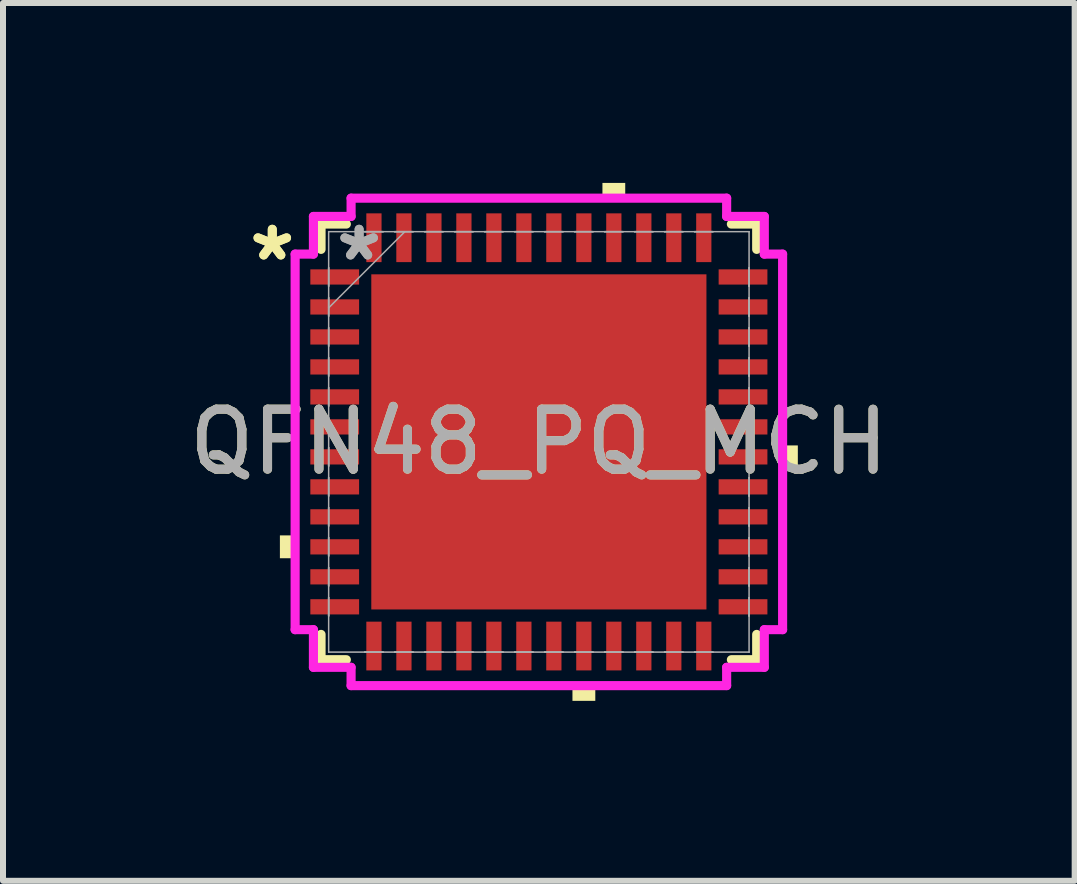
<source format=kicad_pcb>
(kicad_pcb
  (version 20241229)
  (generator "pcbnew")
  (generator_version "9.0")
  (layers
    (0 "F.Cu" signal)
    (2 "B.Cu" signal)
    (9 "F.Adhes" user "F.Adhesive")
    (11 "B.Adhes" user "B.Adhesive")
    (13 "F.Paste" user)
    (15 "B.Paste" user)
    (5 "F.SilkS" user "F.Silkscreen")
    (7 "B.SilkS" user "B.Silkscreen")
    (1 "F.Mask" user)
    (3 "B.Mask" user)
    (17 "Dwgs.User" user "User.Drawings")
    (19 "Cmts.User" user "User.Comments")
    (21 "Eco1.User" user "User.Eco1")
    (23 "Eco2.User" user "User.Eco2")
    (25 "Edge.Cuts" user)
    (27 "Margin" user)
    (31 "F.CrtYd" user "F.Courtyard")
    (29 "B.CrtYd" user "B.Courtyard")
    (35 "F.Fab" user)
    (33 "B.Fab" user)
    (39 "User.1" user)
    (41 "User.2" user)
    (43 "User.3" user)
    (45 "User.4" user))
  (footprint "QFN48_PQ_MCH"
    (layer "F.Cu")
    (at 5.935 4.318)
    (property "Reference" "QFN48_PQ_MCH" (at 0 0 0) (unlocked yes) (layer "F.SilkS") (effects (font (size 1 1) (thickness 0.15))))
    (attr smd)
    (fp_line (start -3.632 -3.632) (end -3.632 -3.21) (stroke (width 0.152) (type solid)) (layer "F.SilkS"))
    (fp_line (start -3.632 3.21) (end -3.632 3.632) (stroke (width 0.152) (type solid)) (layer "F.SilkS"))
    (fp_line (start -3.632 3.632) (end -3.21 3.632) (stroke (width 0.152) (type solid)) (layer "F.SilkS"))
    (fp_line (start -3.21 -3.632) (end -3.632 -3.632) (stroke (width 0.152) (type solid)) (layer "F.SilkS"))
    (fp_line (start 3.21 3.632) (end 3.632 3.632) (stroke (width 0.152) (type solid)) (layer "F.SilkS"))
    (fp_line (start 3.632 -3.632) (end 3.21 -3.632) (stroke (width 0.152) (type solid)) (layer "F.SilkS"))
    (fp_line (start 3.632 -3.21) (end 3.632 -3.632) (stroke (width 0.152) (type solid)) (layer "F.SilkS"))
    (fp_line (start 3.632 3.632) (end 3.632 3.21) (stroke (width 0.152) (type solid)) (layer "F.SilkS"))
    (fp_poly (pts (xy -4.318 1.559) (xy -4.318 1.94) (xy -4.064 1.94) (xy -4.064 1.559)) (stroke (width 0) (type solid)) (fill yes) (layer "F.SilkS"))
    (fp_poly (pts (xy 0.56 4.064) (xy 0.56 4.318) (xy 0.941 4.318) (xy 0.941 4.064)) (stroke (width 0) (type solid)) (fill yes) (layer "F.SilkS"))
    (fp_poly (pts (xy 1.06 -4.064) (xy 1.06 -4.318) (xy 1.44 -4.318) (xy 1.44 -4.064)) (stroke (width 0) (type solid)) (fill yes) (layer "F.SilkS"))
    (fp_poly (pts (xy 4.318 0.059) (xy 4.318 0.441) (xy 4.064 0.441) (xy 4.064 0.059)) (stroke (width 0) (type solid)) (fill yes) (layer "F.SilkS"))
    (fp_poly (pts (xy -2.694 -2.694) (xy -2.694 -1.497) (xy -1.497 -1.497) (xy -1.497 -2.694)) (stroke (width 0) (type solid)) (fill yes) (layer "F.Paste"))
    (fp_poly (pts (xy -2.694 -1.297) (xy -2.694 -0.1) (xy -1.497 -0.1) (xy -1.497 -1.297)) (stroke (width 0) (type solid)) (fill yes) (layer "F.Paste"))
    (fp_poly (pts (xy -2.694 0.1) (xy -2.694 1.297) (xy -1.497 1.297) (xy -1.497 0.1)) (stroke (width 0) (type solid)) (fill yes) (layer "F.Paste"))
    (fp_poly (pts (xy -2.694 1.497) (xy -2.694 2.694) (xy -1.497 2.694) (xy -1.497 1.497)) (stroke (width 0) (type solid)) (fill yes) (layer "F.Paste"))
    (fp_poly (pts (xy -1.297 -2.694) (xy -1.297 -1.497) (xy -0.1 -1.497) (xy -0.1 -2.694)) (stroke (width 0) (type solid)) (fill yes) (layer "F.Paste"))
    (fp_poly (pts (xy -1.297 -1.297) (xy -1.297 -0.1) (xy -0.1 -0.1) (xy -0.1 -1.297)) (stroke (width 0) (type solid)) (fill yes) (layer "F.Paste"))
    (fp_poly (pts (xy -1.297 0.1) (xy -1.297 1.297) (xy -0.1 1.297) (xy -0.1 0.1)) (stroke (width 0) (type solid)) (fill yes) (layer "F.Paste"))
    (fp_poly (pts (xy -1.297 1.497) (xy -1.297 2.694) (xy -0.1 2.694) (xy -0.1 1.497)) (stroke (width 0) (type solid)) (fill yes) (layer "F.Paste"))
    (fp_poly (pts (xy 0.1 -2.694) (xy 0.1 -1.497) (xy 1.297 -1.497) (xy 1.297 -2.694)) (stroke (width 0) (type solid)) (fill yes) (layer "F.Paste"))
    (fp_poly (pts (xy 0.1 -1.297) (xy 0.1 -0.1) (xy 1.297 -0.1) (xy 1.297 -1.297)) (stroke (width 0) (type solid)) (fill yes) (layer "F.Paste"))
    (fp_poly (pts (xy 0.1 0.1) (xy 0.1 1.297) (xy 1.297 1.297) (xy 1.297 0.1)) (stroke (width 0) (type solid)) (fill yes) (layer "F.Paste"))
    (fp_poly (pts (xy 0.1 1.497) (xy 0.1 2.694) (xy 1.297 2.694) (xy 1.297 1.497)) (stroke (width 0) (type solid)) (fill yes) (layer "F.Paste"))
    (fp_poly (pts (xy 1.497 -2.694) (xy 1.497 -1.497) (xy 2.694 -1.497) (xy 2.694 -2.694)) (stroke (width 0) (type solid)) (fill yes) (layer "F.Paste"))
    (fp_poly (pts (xy 1.497 -1.297) (xy 1.497 -0.1) (xy 2.694 -0.1) (xy 2.694 -1.297)) (stroke (width 0) (type solid)) (fill yes) (layer "F.Paste"))
    (fp_poly (pts (xy 1.497 0.1) (xy 1.497 1.297) (xy 2.694 1.297) (xy 2.694 0.1)) (stroke (width 0) (type solid)) (fill yes) (layer "F.Paste"))
    (fp_poly (pts (xy 1.497 1.497) (xy 1.497 2.694) (xy 2.694 2.694) (xy 2.694 1.497)) (stroke (width 0) (type solid)) (fill yes) (layer "F.Paste"))
    (fp_line (start -4.064 -3.131) (end -3.759 -3.131) (stroke (width 0.152) (type solid)) (layer "F.CrtYd"))
    (fp_line (start -4.064 3.131) (end -4.064 -3.131) (stroke (width 0.152) (type solid)) (layer "F.CrtYd"))
    (fp_line (start -3.759 -3.759) (end -3.131 -3.759) (stroke (width 0.152) (type solid)) (layer "F.CrtYd"))
    (fp_line (start -3.759 -3.131) (end -3.759 -3.759) (stroke (width 0.152) (type solid)) (layer "F.CrtYd"))
    (fp_line (start -3.759 3.131) (end -4.064 3.131) (stroke (width 0.152) (type solid)) (layer "F.CrtYd"))
    (fp_line (start -3.759 3.759) (end -3.759 3.131) (stroke (width 0.152) (type solid)) (layer "F.CrtYd"))
    (fp_line (start -3.131 -4.064) (end 3.131 -4.064) (stroke (width 0.152) (type solid)) (layer "F.CrtYd"))
    (fp_line (start -3.131 -3.759) (end -3.131 -4.064) (stroke (width 0.152) (type solid)) (layer "F.CrtYd"))
    (fp_line (start -3.131 3.759) (end -3.759 3.759) (stroke (width 0.152) (type solid)) (layer "F.CrtYd"))
    (fp_line (start -3.131 4.064) (end -3.131 3.759) (stroke (width 0.152) (type solid)) (layer "F.CrtYd"))
    (fp_line (start 3.131 -4.064) (end 3.131 -3.759) (stroke (width 0.152) (type solid)) (layer "F.CrtYd"))
    (fp_line (start 3.131 -3.759) (end 3.759 -3.759) (stroke (width 0.152) (type solid)) (layer "F.CrtYd"))
    (fp_line (start 3.131 3.759) (end 3.131 4.064) (stroke (width 0.152) (type solid)) (layer "F.CrtYd"))
    (fp_line (start 3.131 4.064) (end -3.131 4.064) (stroke (width 0.152) (type solid)) (layer "F.CrtYd"))
    (fp_line (start 3.759 -3.759) (end 3.759 -3.131) (stroke (width 0.152) (type solid)) (layer "F.CrtYd"))
    (fp_line (start 3.759 -3.131) (end 4.064 -3.131) (stroke (width 0.152) (type solid)) (layer "F.CrtYd"))
    (fp_line (start 3.759 3.131) (end 3.759 3.759) (stroke (width 0.152) (type solid)) (layer "F.CrtYd"))
    (fp_line (start 3.759 3.759) (end 3.131 3.759) (stroke (width 0.152) (type solid)) (layer "F.CrtYd"))
    (fp_line (start 4.064 -3.131) (end 4.064 3.131) (stroke (width 0.152) (type solid)) (layer "F.CrtYd"))
    (fp_line (start 4.064 3.131) (end 3.759 3.131) (stroke (width 0.152) (type solid)) (layer "F.CrtYd"))
    (fp_line (start -3.505 -3.505) (end -3.505 -3.505) (stroke (width 0.025) (type solid)) (layer "F.Fab"))
    (fp_line (start -3.505 -3.505) (end -3.505 3.505) (stroke (width 0.025) (type solid)) (layer "F.Fab"))
    (fp_line (start -3.505 -2.902) (end -3.505 -2.902) (stroke (width 0.025) (type solid)) (layer "F.Fab"))
    (fp_line (start -3.505 -2.902) (end -3.505 -2.598) (stroke (width 0.025) (type solid)) (layer "F.Fab"))
    (fp_line (start -3.505 -2.598) (end -3.505 -2.902) (stroke (width 0.025) (type solid)) (layer "F.Fab"))
    (fp_line (start -3.505 -2.598) (end -3.505 -2.598) (stroke (width 0.025) (type solid)) (layer "F.Fab"))
    (fp_line (start -3.505 -2.402) (end -3.505 -2.402) (stroke (width 0.025) (type solid)) (layer "F.Fab"))
    (fp_line (start -3.505 -2.402) (end -3.505 -2.098) (stroke (width 0.025) (type solid)) (layer "F.Fab"))
    (fp_line (start -3.505 -2.235) (end -2.235 -3.505) (stroke (width 0.025) (type solid)) (layer "F.Fab"))
    (fp_line (start -3.505 -2.098) (end -3.505 -2.402) (stroke (width 0.025) (type solid)) (layer "F.Fab"))
    (fp_line (start -3.505 -2.098) (end -3.505 -2.098) (stroke (width 0.025) (type solid)) (layer "F.Fab"))
    (fp_line (start -3.505 -1.902) (end -3.505 -1.902) (stroke (width 0.025) (type solid)) (layer "F.Fab"))
    (fp_line (start -3.505 -1.902) (end -3.505 -1.598) (stroke (width 0.025) (type solid)) (layer "F.Fab"))
    (fp_line (start -3.505 -1.598) (end -3.505 -1.902) (stroke (width 0.025) (type solid)) (layer "F.Fab"))
    (fp_line (start -3.505 -1.598) (end -3.505 -1.598) (stroke (width 0.025) (type solid)) (layer "F.Fab"))
    (fp_line (start -3.505 -1.402) (end -3.505 -1.402) (stroke (width 0.025) (type solid)) (layer "F.Fab"))
    (fp_line (start -3.505 -1.402) (end -3.505 -1.098) (stroke (width 0.025) (type solid)) (layer "F.Fab"))
    (fp_line (start -3.505 -1.098) (end -3.505 -1.402) (stroke (width 0.025) (type solid)) (layer "F.Fab"))
    (fp_line (start -3.505 -1.098) (end -3.505 -1.098) (stroke (width 0.025) (type solid)) (layer "F.Fab"))
    (fp_line (start -3.505 -0.902) (end -3.505 -0.902) (stroke (width 0.025) (type solid)) (layer "F.Fab"))
    (fp_line (start -3.505 -0.902) (end -3.505 -0.598) (stroke (width 0.025) (type solid)) (layer "F.Fab"))
    (fp_line (start -3.505 -0.598) (end -3.505 -0.902) (stroke (width 0.025) (type solid)) (layer "F.Fab"))
    (fp_line (start -3.505 -0.598) (end -3.505 -0.598) (stroke (width 0.025) (type solid)) (layer "F.Fab"))
    (fp_line (start -3.505 -0.402) (end -3.505 -0.402) (stroke (width 0.025) (type solid)) (layer "F.Fab"))
    (fp_line (start -3.505 -0.402) (end -3.505 -0.098) (stroke (width 0.025) (type solid)) (layer "F.Fab"))
    (fp_line (start -3.505 -0.098) (end -3.505 -0.402) (stroke (width 0.025) (type solid)) (layer "F.Fab"))
    (fp_line (start -3.505 -0.098) (end -3.505 -0.098) (stroke (width 0.025) (type solid)) (layer "F.Fab"))
    (fp_line (start -3.505 0.098) (end -3.505 0.098) (stroke (width 0.025) (type solid)) (layer "F.Fab"))
    (fp_line (start -3.505 0.098) (end -3.505 0.402) (stroke (width 0.025) (type solid)) (layer "F.Fab"))
    (fp_line (start -3.505 0.402) (end -3.505 0.098) (stroke (width 0.025) (type solid)) (layer "F.Fab"))
    (fp_line (start -3.505 0.402) (end -3.505 0.402) (stroke (width 0.025) (type solid)) (layer "F.Fab"))
    (fp_line (start -3.505 0.598) (end -3.505 0.598) (stroke (width 0.025) (type solid)) (layer "F.Fab"))
    (fp_line (start -3.505 0.598) (end -3.505 0.902) (stroke (width 0.025) (type solid)) (layer "F.Fab"))
    (fp_line (start -3.505 0.902) (end -3.505 0.598) (stroke (width 0.025) (type solid)) (layer "F.Fab"))
    (fp_line (start -3.505 0.902) (end -3.505 0.902) (stroke (width 0.025) (type solid)) (layer "F.Fab"))
    (fp_line (start -3.505 1.098) (end -3.505 1.098) (stroke (width 0.025) (type solid)) (layer "F.Fab"))
    (fp_line (start -3.505 1.098) (end -3.505 1.402) (stroke (width 0.025) (type solid)) (layer "F.Fab"))
    (fp_line (start -3.505 1.402) (end -3.505 1.098) (stroke (width 0.025) (type solid)) (layer "F.Fab"))
    (fp_line (start -3.505 1.402) (end -3.505 1.402) (stroke (width 0.025) (type solid)) (layer "F.Fab"))
    (fp_line (start -3.505 1.598) (end -3.505 1.598) (stroke (width 0.025) (type solid)) (layer "F.Fab"))
    (fp_line (start -3.505 1.598) (end -3.505 1.902) (stroke (width 0.025) (type solid)) (layer "F.Fab"))
    (fp_line (start -3.505 1.902) (end -3.505 1.598) (stroke (width 0.025) (type solid)) (layer "F.Fab"))
    (fp_line (start -3.505 1.902) (end -3.505 1.902) (stroke (width 0.025) (type solid)) (layer "F.Fab"))
    (fp_line (start -3.505 2.098) (end -3.505 2.098) (stroke (width 0.025) (type solid)) (layer "F.Fab"))
    (fp_line (start -3.505 2.098) (end -3.505 2.402) (stroke (width 0.025) (type solid)) (layer "F.Fab"))
    (fp_line (start -3.505 2.402) (end -3.505 2.098) (stroke (width 0.025) (type solid)) (layer "F.Fab"))
    (fp_line (start -3.505 2.402) (end -3.505 2.402) (stroke (width 0.025) (type solid)) (layer "F.Fab"))
    (fp_line (start -3.505 2.598) (end -3.505 2.598) (stroke (width 0.025) (type solid)) (layer "F.Fab"))
    (fp_line (start -3.505 2.598) (end -3.505 2.902) (stroke (width 0.025) (type solid)) (layer "F.Fab"))
    (fp_line (start -3.505 2.902) (end -3.505 2.598) (stroke (width 0.025) (type solid)) (layer "F.Fab"))
    (fp_line (start -3.505 2.902) (end -3.505 2.902) (stroke (width 0.025) (type solid)) (layer "F.Fab"))
    (fp_line (start -3.505 3.505) (end -3.505 3.505) (stroke (width 0.025) (type solid)) (layer "F.Fab"))
    (fp_line (start -3.505 3.505) (end 3.505 3.505) (stroke (width 0.025) (type solid)) (layer "F.Fab"))
    (fp_line (start -2.902 -3.505) (end -2.902 -3.505) (stroke (width 0.025) (type solid)) (layer "F.Fab"))
    (fp_line (start -2.902 -3.505) (end -2.598 -3.505) (stroke (width 0.025) (type solid)) (layer "F.Fab"))
    (fp_line (start -2.902 3.505) (end -2.902 3.505) (stroke (width 0.025) (type solid)) (layer "F.Fab"))
    (fp_line (start -2.902 3.505) (end -2.598 3.505) (stroke (width 0.025) (type solid)) (layer "F.Fab"))
    (fp_line (start -2.598 -3.505) (end -2.902 -3.505) (stroke (width 0.025) (type solid)) (layer "F.Fab"))
    (fp_line (start -2.598 -3.505) (end -2.598 -3.505) (stroke (width 0.025) (type solid)) (layer "F.Fab"))
    (fp_line (start -2.598 3.505) (end -2.902 3.505) (stroke (width 0.025) (type solid)) (layer "F.Fab"))
    (fp_line (start -2.598 3.505) (end -2.598 3.505) (stroke (width 0.025) (type solid)) (layer "F.Fab"))
    (fp_line (start -2.402 -3.505) (end -2.402 -3.505) (stroke (width 0.025) (type solid)) (layer "F.Fab"))
    (fp_line (start -2.402 -3.505) (end -2.098 -3.505) (stroke (width 0.025) (type solid)) (layer "F.Fab"))
    (fp_line (start -2.402 3.505) (end -2.402 3.505) (stroke (width 0.025) (type solid)) (layer "F.Fab"))
    (fp_line (start -2.402 3.505) (end -2.098 3.505) (stroke (width 0.025) (type solid)) (layer "F.Fab"))
    (fp_line (start -2.098 -3.505) (end -2.402 -3.505) (stroke (width 0.025) (type solid)) (layer "F.Fab"))
    (fp_line (start -2.098 -3.505) (end -2.098 -3.505) (stroke (width 0.025) (type solid)) (layer "F.Fab"))
    (fp_line (start -2.098 3.505) (end -2.402 3.505) (stroke (width 0.025) (type solid)) (layer "F.Fab"))
    (fp_line (start -2.098 3.505) (end -2.098 3.505) (stroke (width 0.025) (type solid)) (layer "F.Fab"))
    (fp_line (start -1.902 -3.505) (end -1.902 -3.505) (stroke (width 0.025) (type solid)) (layer "F.Fab"))
    (fp_line (start -1.902 -3.505) (end -1.598 -3.505) (stroke (width 0.025) (type solid)) (layer "F.Fab"))
    (fp_line (start -1.902 3.505) (end -1.902 3.505) (stroke (width 0.025) (type solid)) (layer "F.Fab"))
    (fp_line (start -1.902 3.505) (end -1.598 3.505) (stroke (width 0.025) (type solid)) (layer "F.Fab"))
    (fp_line (start -1.598 -3.505) (end -1.902 -3.505) (stroke (width 0.025) (type solid)) (layer "F.Fab"))
    (fp_line (start -1.598 -3.505) (end -1.598 -3.505) (stroke (width 0.025) (type solid)) (layer "F.Fab"))
    (fp_line (start -1.598 3.505) (end -1.902 3.505) (stroke (width 0.025) (type solid)) (layer "F.Fab"))
    (fp_line (start -1.598 3.505) (end -1.598 3.505) (stroke (width 0.025) (type solid)) (layer "F.Fab"))
    (fp_line (start -1.402 -3.505) (end -1.402 -3.505) (stroke (width 0.025) (type solid)) (layer "F.Fab"))
    (fp_line (start -1.402 -3.505) (end -1.098 -3.505) (stroke (width 0.025) (type solid)) (layer "F.Fab"))
    (fp_line (start -1.402 3.505) (end -1.402 3.505) (stroke (width 0.025) (type solid)) (layer "F.Fab"))
    (fp_line (start -1.402 3.505) (end -1.098 3.505) (stroke (width 0.025) (type solid)) (layer "F.Fab"))
    (fp_line (start -1.098 -3.505) (end -1.402 -3.505) (stroke (width 0.025) (type solid)) (layer "F.Fab"))
    (fp_line (start -1.098 -3.505) (end -1.098 -3.505) (stroke (width 0.025) (type solid)) (layer "F.Fab"))
    (fp_line (start -1.098 3.505) (end -1.402 3.505) (stroke (width 0.025) (type solid)) (layer "F.Fab"))
    (fp_line (start -1.098 3.505) (end -1.098 3.505) (stroke (width 0.025) (type solid)) (layer "F.Fab"))
    (fp_line (start -0.902 -3.505) (end -0.902 -3.505) (stroke (width 0.025) (type solid)) (layer "F.Fab"))
    (fp_line (start -0.902 -3.505) (end -0.598 -3.505) (stroke (width 0.025) (type solid)) (layer "F.Fab"))
    (fp_line (start -0.902 3.505) (end -0.902 3.505) (stroke (width 0.025) (type solid)) (layer "F.Fab"))
    (fp_line (start -0.902 3.505) (end -0.598 3.505) (stroke (width 0.025) (type solid)) (layer "F.Fab"))
    (fp_line (start -0.598 -3.505) (end -0.902 -3.505) (stroke (width 0.025) (type solid)) (layer "F.Fab"))
    (fp_line (start -0.598 -3.505) (end -0.598 -3.505) (stroke (width 0.025) (type solid)) (layer "F.Fab"))
    (fp_line (start -0.598 3.505) (end -0.902 3.505) (stroke (width 0.025) (type solid)) (layer "F.Fab"))
    (fp_line (start -0.598 3.505) (end -0.598 3.505) (stroke (width 0.025) (type solid)) (layer "F.Fab"))
    (fp_line (start -0.402 -3.505) (end -0.402 -3.505) (stroke (width 0.025) (type solid)) (layer "F.Fab"))
    (fp_line (start -0.402 -3.505) (end -0.098 -3.505) (stroke (width 0.025) (type solid)) (layer "F.Fab"))
    (fp_line (start -0.402 3.505) (end -0.402 3.505) (stroke (width 0.025) (type solid)) (layer "F.Fab"))
    (fp_line (start -0.402 3.505) (end -0.098 3.505) (stroke (width 0.025) (type solid)) (layer "F.Fab"))
    (fp_line (start -0.098 -3.505) (end -0.402 -3.505) (stroke (width 0.025) (type solid)) (layer "F.Fab"))
    (fp_line (start -0.098 -3.505) (end -0.098 -3.505) (stroke (width 0.025) (type solid)) (layer "F.Fab"))
    (fp_line (start -0.098 3.505) (end -0.402 3.505) (stroke (width 0.025) (type solid)) (layer "F.Fab"))
    (fp_line (start -0.098 3.505) (end -0.098 3.505) (stroke (width 0.025) (type solid)) (layer "F.Fab"))
    (fp_line (start 0.098 -3.505) (end 0.098 -3.505) (stroke (width 0.025) (type solid)) (layer "F.Fab"))
    (fp_line (start 0.098 -3.505) (end 0.402 -3.505) (stroke (width 0.025) (type solid)) (layer "F.Fab"))
    (fp_line (start 0.098 3.505) (end 0.098 3.505) (stroke (width 0.025) (type solid)) (layer "F.Fab"))
    (fp_line (start 0.098 3.505) (end 0.402 3.505) (stroke (width 0.025) (type solid)) (layer "F.Fab"))
    (fp_line (start 0.402 -3.505) (end 0.098 -3.505) (stroke (width 0.025) (type solid)) (layer "F.Fab"))
    (fp_line (start 0.402 -3.505) (end 0.402 -3.505) (stroke (width 0.025) (type solid)) (layer "F.Fab"))
    (fp_line (start 0.402 3.505) (end 0.098 3.505) (stroke (width 0.025) (type solid)) (layer "F.Fab"))
    (fp_line (start 0.402 3.505) (end 0.402 3.505) (stroke (width 0.025) (type solid)) (layer "F.Fab"))
    (fp_line (start 0.598 -3.505) (end 0.598 -3.505) (stroke (width 0.025) (type solid)) (layer "F.Fab"))
    (fp_line (start 0.598 -3.505) (end 0.902 -3.505) (stroke (width 0.025) (type solid)) (layer "F.Fab"))
    (fp_line (start 0.598 3.505) (end 0.598 3.505) (stroke (width 0.025) (type solid)) (layer "F.Fab"))
    (fp_line (start 0.598 3.505) (end 0.902 3.505) (stroke (width 0.025) (type solid)) (layer "F.Fab"))
    (fp_line (start 0.902 -3.505) (end 0.598 -3.505) (stroke (width 0.025) (type solid)) (layer "F.Fab"))
    (fp_line (start 0.902 -3.505) (end 0.902 -3.505) (stroke (width 0.025) (type solid)) (layer "F.Fab"))
    (fp_line (start 0.902 3.505) (end 0.598 3.505) (stroke (width 0.025) (type solid)) (layer "F.Fab"))
    (fp_line (start 0.902 3.505) (end 0.902 3.505) (stroke (width 0.025) (type solid)) (layer "F.Fab"))
    (fp_line (start 1.098 -3.505) (end 1.098 -3.505) (stroke (width 0.025) (type solid)) (layer "F.Fab"))
    (fp_line (start 1.098 -3.505) (end 1.402 -3.505) (stroke (width 0.025) (type solid)) (layer "F.Fab"))
    (fp_line (start 1.098 3.505) (end 1.098 3.505) (stroke (width 0.025) (type solid)) (layer "F.Fab"))
    (fp_line (start 1.098 3.505) (end 1.402 3.505) (stroke (width 0.025) (type solid)) (layer "F.Fab"))
    (fp_line (start 1.402 -3.505) (end 1.098 -3.505) (stroke (width 0.025) (type solid)) (layer "F.Fab"))
    (fp_line (start 1.402 -3.505) (end 1.402 -3.505) (stroke (width 0.025) (type solid)) (layer "F.Fab"))
    (fp_line (start 1.402 3.505) (end 1.098 3.505) (stroke (width 0.025) (type solid)) (layer "F.Fab"))
    (fp_line (start 1.402 3.505) (end 1.402 3.505) (stroke (width 0.025) (type solid)) (layer "F.Fab"))
    (fp_line (start 1.598 -3.505) (end 1.598 -3.505) (stroke (width 0.025) (type solid)) (layer "F.Fab"))
    (fp_line (start 1.598 -3.505) (end 1.902 -3.505) (stroke (width 0.025) (type solid)) (layer "F.Fab"))
    (fp_line (start 1.598 3.505) (end 1.598 3.505) (stroke (width 0.025) (type solid)) (layer "F.Fab"))
    (fp_line (start 1.598 3.505) (end 1.902 3.505) (stroke (width 0.025) (type solid)) (layer "F.Fab"))
    (fp_line (start 1.902 -3.505) (end 1.598 -3.505) (stroke (width 0.025) (type solid)) (layer "F.Fab"))
    (fp_line (start 1.902 -3.505) (end 1.902 -3.505) (stroke (width 0.025) (type solid)) (layer "F.Fab"))
    (fp_line (start 1.902 3.505) (end 1.598 3.505) (stroke (width 0.025) (type solid)) (layer "F.Fab"))
    (fp_line (start 1.902 3.505) (end 1.902 3.505) (stroke (width 0.025) (type solid)) (layer "F.Fab"))
    (fp_line (start 2.098 -3.505) (end 2.098 -3.505) (stroke (width 0.025) (type solid)) (layer "F.Fab"))
    (fp_line (start 2.098 -3.505) (end 2.402 -3.505) (stroke (width 0.025) (type solid)) (layer "F.Fab"))
    (fp_line (start 2.098 3.505) (end 2.098 3.505) (stroke (width 0.025) (type solid)) (layer "F.Fab"))
    (fp_line (start 2.098 3.505) (end 2.402 3.505) (stroke (width 0.025) (type solid)) (layer "F.Fab"))
    (fp_line (start 2.402 -3.505) (end 2.098 -3.505) (stroke (width 0.025) (type solid)) (layer "F.Fab"))
    (fp_line (start 2.402 -3.505) (end 2.402 -3.505) (stroke (width 0.025) (type solid)) (layer "F.Fab"))
    (fp_line (start 2.402 3.505) (end 2.098 3.505) (stroke (width 0.025) (type solid)) (layer "F.Fab"))
    (fp_line (start 2.402 3.505) (end 2.402 3.505) (stroke (width 0.025) (type solid)) (layer "F.Fab"))
    (fp_line (start 2.598 -3.505) (end 2.598 -3.505) (stroke (width 0.025) (type solid)) (layer "F.Fab"))
    (fp_line (start 2.598 -3.505) (end 2.902 -3.505) (stroke (width 0.025) (type solid)) (layer "F.Fab"))
    (fp_line (start 2.598 3.505) (end 2.598 3.505) (stroke (width 0.025) (type solid)) (layer "F.Fab"))
    (fp_line (start 2.598 3.505) (end 2.902 3.505) (stroke (width 0.025) (type solid)) (layer "F.Fab"))
    (fp_line (start 2.902 -3.505) (end 2.598 -3.505) (stroke (width 0.025) (type solid)) (layer "F.Fab"))
    (fp_line (start 2.902 -3.505) (end 2.902 -3.505) (stroke (width 0.025) (type solid)) (layer "F.Fab"))
    (fp_line (start 2.902 3.505) (end 2.598 3.505) (stroke (width 0.025) (type solid)) (layer "F.Fab"))
    (fp_line (start 2.902 3.505) (end 2.902 3.505) (stroke (width 0.025) (type solid)) (layer "F.Fab"))
    (fp_line (start 3.505 -3.505) (end -3.505 -3.505) (stroke (width 0.025) (type solid)) (layer "F.Fab"))
    (fp_line (start 3.505 -3.505) (end 3.505 -3.505) (stroke (width 0.025) (type solid)) (layer "F.Fab"))
    (fp_line (start 3.505 -2.902) (end 3.505 -2.902) (stroke (width 0.025) (type solid)) (layer "F.Fab"))
    (fp_line (start 3.505 -2.902) (end 3.505 -2.598) (stroke (width 0.025) (type solid)) (layer "F.Fab"))
    (fp_line (start 3.505 -2.598) (end 3.505 -2.902) (stroke (width 0.025) (type solid)) (layer "F.Fab"))
    (fp_line (start 3.505 -2.598) (end 3.505 -2.598) (stroke (width 0.025) (type solid)) (layer "F.Fab"))
    (fp_line (start 3.505 -2.402) (end 3.505 -2.402) (stroke (width 0.025) (type solid)) (layer "F.Fab"))
    (fp_line (start 3.505 -2.402) (end 3.505 -2.098) (stroke (width 0.025) (type solid)) (layer "F.Fab"))
    (fp_line (start 3.505 -2.098) (end 3.505 -2.402) (stroke (width 0.025) (type solid)) (layer "F.Fab"))
    (fp_line (start 3.505 -2.098) (end 3.505 -2.098) (stroke (width 0.025) (type solid)) (layer "F.Fab"))
    (fp_line (start 3.505 -1.902) (end 3.505 -1.902) (stroke (width 0.025) (type solid)) (layer "F.Fab"))
    (fp_line (start 3.505 -1.902) (end 3.505 -1.598) (stroke (width 0.025) (type solid)) (layer "F.Fab"))
    (fp_line (start 3.505 -1.598) (end 3.505 -1.902) (stroke (width 0.025) (type solid)) (layer "F.Fab"))
    (fp_line (start 3.505 -1.598) (end 3.505 -1.598) (stroke (width 0.025) (type solid)) (layer "F.Fab"))
    (fp_line (start 3.505 -1.402) (end 3.505 -1.402) (stroke (width 0.025) (type solid)) (layer "F.Fab"))
    (fp_line (start 3.505 -1.402) (end 3.505 -1.098) (stroke (width 0.025) (type solid)) (layer "F.Fab"))
    (fp_line (start 3.505 -1.098) (end 3.505 -1.402) (stroke (width 0.025) (type solid)) (layer "F.Fab"))
    (fp_line (start 3.505 -1.098) (end 3.505 -1.098) (stroke (width 0.025) (type solid)) (layer "F.Fab"))
    (fp_line (start 3.505 -0.902) (end 3.505 -0.902) (stroke (width 0.025) (type solid)) (layer "F.Fab"))
    (fp_line (start 3.505 -0.902) (end 3.505 -0.598) (stroke (width 0.025) (type solid)) (layer "F.Fab"))
    (fp_line (start 3.505 -0.598) (end 3.505 -0.902) (stroke (width 0.025) (type solid)) (layer "F.Fab"))
    (fp_line (start 3.505 -0.598) (end 3.505 -0.598) (stroke (width 0.025) (type solid)) (layer "F.Fab"))
    (fp_line (start 3.505 -0.402) (end 3.505 -0.402) (stroke (width 0.025) (type solid)) (layer "F.Fab"))
    (fp_line (start 3.505 -0.402) (end 3.505 -0.098) (stroke (width 0.025) (type solid)) (layer "F.Fab"))
    (fp_line (start 3.505 -0.098) (end 3.505 -0.402) (stroke (width 0.025) (type solid)) (layer "F.Fab"))
    (fp_line (start 3.505 -0.098) (end 3.505 -0.098) (stroke (width 0.025) (type solid)) (layer "F.Fab"))
    (fp_line (start 3.505 0.098) (end 3.505 0.098) (stroke (width 0.025) (type solid)) (layer "F.Fab"))
    (fp_line (start 3.505 0.098) (end 3.505 0.402) (stroke (width 0.025) (type solid)) (layer "F.Fab"))
    (fp_line (start 3.505 0.402) (end 3.505 0.098) (stroke (width 0.025) (type solid)) (layer "F.Fab"))
    (fp_line (start 3.505 0.402) (end 3.505 0.402) (stroke (width 0.025) (type solid)) (layer "F.Fab"))
    (fp_line (start 3.505 0.598) (end 3.505 0.598) (stroke (width 0.025) (type solid)) (layer "F.Fab"))
    (fp_line (start 3.505 0.598) (end 3.505 0.902) (stroke (width 0.025) (type solid)) (layer "F.Fab"))
    (fp_line (start 3.505 0.902) (end 3.505 0.598) (stroke (width 0.025) (type solid)) (layer "F.Fab"))
    (fp_line (start 3.505 0.902) (end 3.505 0.902) (stroke (width 0.025) (type solid)) (layer "F.Fab"))
    (fp_line (start 3.505 1.098) (end 3.505 1.098) (stroke (width 0.025) (type solid)) (layer "F.Fab"))
    (fp_line (start 3.505 1.098) (end 3.505 1.402) (stroke (width 0.025) (type solid)) (layer "F.Fab"))
    (fp_line (start 3.505 1.402) (end 3.505 1.098) (stroke (width 0.025) (type solid)) (layer "F.Fab"))
    (fp_line (start 3.505 1.402) (end 3.505 1.402) (stroke (width 0.025) (type solid)) (layer "F.Fab"))
    (fp_line (start 3.505 1.598) (end 3.505 1.598) (stroke (width 0.025) (type solid)) (layer "F.Fab"))
    (fp_line (start 3.505 1.598) (end 3.505 1.902) (stroke (width 0.025) (type solid)) (layer "F.Fab"))
    (fp_line (start 3.505 1.902) (end 3.505 1.598) (stroke (width 0.025) (type solid)) (layer "F.Fab"))
    (fp_line (start 3.505 1.902) (end 3.505 1.902) (stroke (width 0.025) (type solid)) (layer "F.Fab"))
    (fp_line (start 3.505 2.098) (end 3.505 2.098) (stroke (width 0.025) (type solid)) (layer "F.Fab"))
    (fp_line (start 3.505 2.098) (end 3.505 2.402) (stroke (width 0.025) (type solid)) (layer "F.Fab"))
    (fp_line (start 3.505 2.402) (end 3.505 2.098) (stroke (width 0.025) (type solid)) (layer "F.Fab"))
    (fp_line (start 3.505 2.402) (end 3.505 2.402) (stroke (width 0.025) (type solid)) (layer "F.Fab"))
    (fp_line (start 3.505 2.598) (end 3.505 2.598) (stroke (width 0.025) (type solid)) (layer "F.Fab"))
    (fp_line (start 3.505 2.598) (end 3.505 2.902) (stroke (width 0.025) (type solid)) (layer "F.Fab"))
    (fp_line (start 3.505 2.902) (end 3.505 2.598) (stroke (width 0.025) (type solid)) (layer "F.Fab"))
    (fp_line (start 3.505 2.902) (end 3.505 2.902) (stroke (width 0.025) (type solid)) (layer "F.Fab"))
    (fp_line (start 3.505 3.505) (end 3.505 -3.505) (stroke (width 0.025) (type solid)) (layer "F.Fab"))
    (fp_line (start 3.505 3.505) (end 3.505 3.505) (stroke (width 0.025) (type solid)) (layer "F.Fab"))
    (fp_text user "*" (at -4.445 -3 0) (unlocked yes) (layer "F.SilkS") (effects (font (size 1 1) (thickness 0.15))))
    (fp_text user "*" (at -4.445 -3 0) (layer "F.SilkS") (effects (font (size 1 1) (thickness 0.15))))
    (fp_text user "${REFERENCE}" (at 0 0 0) (unlocked yes) (layer "F.Fab") (effects (font (size 1 1) (thickness 0.15))))
    (fp_text user "*" (at -2.997 -3 0) (layer "F.Fab") (effects (font (size 1 1) (thickness 0.15))))
    (fp_text user "*" (at -2.997 -3 0) (unlocked yes) (layer "F.Fab") (effects (font (size 1 1) (thickness 0.15))))
    (pad "1" smd rect (at -3.404 -2.75 90) (size 0.254 0.813) (layers "F.Cu" "F.Mask" "F.Paste"))
    (pad "2" smd rect (at -3.404 -2.25 90) (size 0.254 0.813) (layers "F.Cu" "F.Mask" "F.Paste"))
    (pad "3" smd rect (at -3.404 -1.75 90) (size 0.254 0.813) (layers "F.Cu" "F.Mask" "F.Paste"))
    (pad "4" smd rect (at -3.404 -1.25 90) (size 0.254 0.813) (layers "F.Cu" "F.Mask" "F.Paste"))
    (pad "5" smd rect (at -3.404 -0.75 90) (size 0.254 0.813) (layers "F.Cu" "F.Mask" "F.Paste"))
    (pad "6" smd rect (at -3.404 -0.25 90) (size 0.254 0.813) (layers "F.Cu" "F.Mask" "F.Paste"))
    (pad "7" smd rect (at -3.404 0.25 90) (size 0.254 0.813) (layers "F.Cu" "F.Mask" "F.Paste"))
    (pad "8" smd rect (at -3.404 0.75 90) (size 0.254 0.813) (layers "F.Cu" "F.Mask" "F.Paste"))
    (pad "9" smd rect (at -3.404 1.25 90) (size 0.254 0.813) (layers "F.Cu" "F.Mask" "F.Paste"))
    (pad "10" smd rect (at -3.404 1.75 90) (size 0.254 0.813) (layers "F.Cu" "F.Mask" "F.Paste"))
    (pad "11" smd rect (at -3.404 2.25 90) (size 0.254 0.813) (layers "F.Cu" "F.Mask" "F.Paste"))
    (pad "12" smd rect (at -3.404 2.75 90) (size 0.254 0.813) (layers "F.Cu" "F.Mask" "F.Paste"))
    (pad "13" smd rect (at -2.75 3.404) (size 0.254 0.813) (layers "F.Cu" "F.Mask" "F.Paste"))
    (pad "14" smd rect (at -2.25 3.404) (size 0.254 0.813) (layers "F.Cu" "F.Mask" "F.Paste"))
    (pad "15" smd rect (at -1.75 3.404) (size 0.254 0.813) (layers "F.Cu" "F.Mask" "F.Paste"))
    (pad "16" smd rect (at -1.25 3.404) (size 0.254 0.813) (layers "F.Cu" "F.Mask" "F.Paste"))
    (pad "17" smd rect (at -0.75 3.404) (size 0.254 0.813) (layers "F.Cu" "F.Mask" "F.Paste"))
    (pad "18" smd rect (at -0.25 3.404) (size 0.254 0.813) (layers "F.Cu" "F.Mask" "F.Paste"))
    (pad "19" smd rect (at 0.25 3.404) (size 0.254 0.813) (layers "F.Cu" "F.Mask" "F.Paste"))
    (pad "20" smd rect (at 0.75 3.404) (size 0.254 0.813) (layers "F.Cu" "F.Mask" "F.Paste"))
    (pad "21" smd rect (at 1.25 3.404) (size 0.254 0.813) (layers "F.Cu" "F.Mask" "F.Paste"))
    (pad "22" smd rect (at 1.75 3.404) (size 0.254 0.813) (layers "F.Cu" "F.Mask" "F.Paste"))
    (pad "23" smd rect (at 2.25 3.404) (size 0.254 0.813) (layers "F.Cu" "F.Mask" "F.Paste"))
    (pad "24" smd rect (at 2.75 3.404) (size 0.254 0.813) (layers "F.Cu" "F.Mask" "F.Paste"))
    (pad "25" smd rect (at 3.404 2.75 90) (size 0.254 0.813) (layers "F.Cu" "F.Mask" "F.Paste"))
    (pad "26" smd rect (at 3.404 2.25 90) (size 0.254 0.813) (layers "F.Cu" "F.Mask" "F.Paste"))
    (pad "27" smd rect (at 3.404 1.75 90) (size 0.254 0.813) (layers "F.Cu" "F.Mask" "F.Paste"))
    (pad "28" smd rect (at 3.404 1.25 90) (size 0.254 0.813) (layers "F.Cu" "F.Mask" "F.Paste"))
    (pad "29" smd rect (at 3.404 0.75 90) (size 0.254 0.813) (layers "F.Cu" "F.Mask" "F.Paste"))
    (pad "30" smd rect (at 3.404 0.25 90) (size 0.254 0.813) (layers "F.Cu" "F.Mask" "F.Paste"))
    (pad "31" smd rect (at 3.404 -0.25 90) (size 0.254 0.813) (layers "F.Cu" "F.Mask" "F.Paste"))
    (pad "32" smd rect (at 3.404 -0.75 90) (size 0.254 0.813) (layers "F.Cu" "F.Mask" "F.Paste"))
    (pad "33" smd rect (at 3.404 -1.25 90) (size 0.254 0.813) (layers "F.Cu" "F.Mask" "F.Paste"))
    (pad "34" smd rect (at 3.404 -1.75 90) (size 0.254 0.813) (layers "F.Cu" "F.Mask" "F.Paste"))
    (pad "35" smd rect (at 3.404 -2.25 90) (size 0.254 0.813) (layers "F.Cu" "F.Mask" "F.Paste"))
    (pad "36" smd rect (at 3.404 -2.75 90) (size 0.254 0.813) (layers "F.Cu" "F.Mask" "F.Paste"))
    (pad "37" smd rect (at 2.75 -3.404) (size 0.254 0.813) (layers "F.Cu" "F.Mask" "F.Paste"))
    (pad "38" smd rect (at 2.25 -3.404) (size 0.254 0.813) (layers "F.Cu" "F.Mask" "F.Paste"))
    (pad "39" smd rect (at 1.75 -3.404) (size 0.254 0.813) (layers "F.Cu" "F.Mask" "F.Paste"))
    (pad "40" smd rect (at 1.25 -3.404) (size 0.254 0.813) (layers "F.Cu" "F.Mask" "F.Paste"))
    (pad "41" smd rect (at 0.75 -3.404) (size 0.254 0.813) (layers "F.Cu" "F.Mask" "F.Paste"))
    (pad "42" smd rect (at 0.25 -3.404) (size 0.254 0.813) (layers "F.Cu" "F.Mask" "F.Paste"))
    (pad "43" smd rect (at -0.25 -3.404) (size 0.254 0.813) (layers "F.Cu" "F.Mask" "F.Paste"))
    (pad "44" smd rect (at -0.75 -3.404) (size 0.254 0.813) (layers "F.Cu" "F.Mask" "F.Paste"))
    (pad "45" smd rect (at -1.25 -3.404) (size 0.254 0.813) (layers "F.Cu" "F.Mask" "F.Paste"))
    (pad "46" smd rect (at -1.75 -3.404) (size 0.254 0.813) (layers "F.Cu" "F.Mask" "F.Paste"))
    (pad "47" smd rect (at -2.25 -3.404) (size 0.254 0.813) (layers "F.Cu" "F.Mask" "F.Paste"))
    (pad "48" smd rect (at -2.75 -3.404) (size 0.254 0.813) (layers "F.Cu" "F.Mask" "F.Paste"))
    (pad "49" smd rect (at 0 0) (size 5.588 5.588) (layers "F.Cu" "F.Mask" "F.Paste")))
  (gr_rect
    (start -3 -3)
    (end 14.869 11.636)
    (stroke (width 0.1) (type default))
    (fill no)
    (layer "Edge.Cuts")))
</source>
